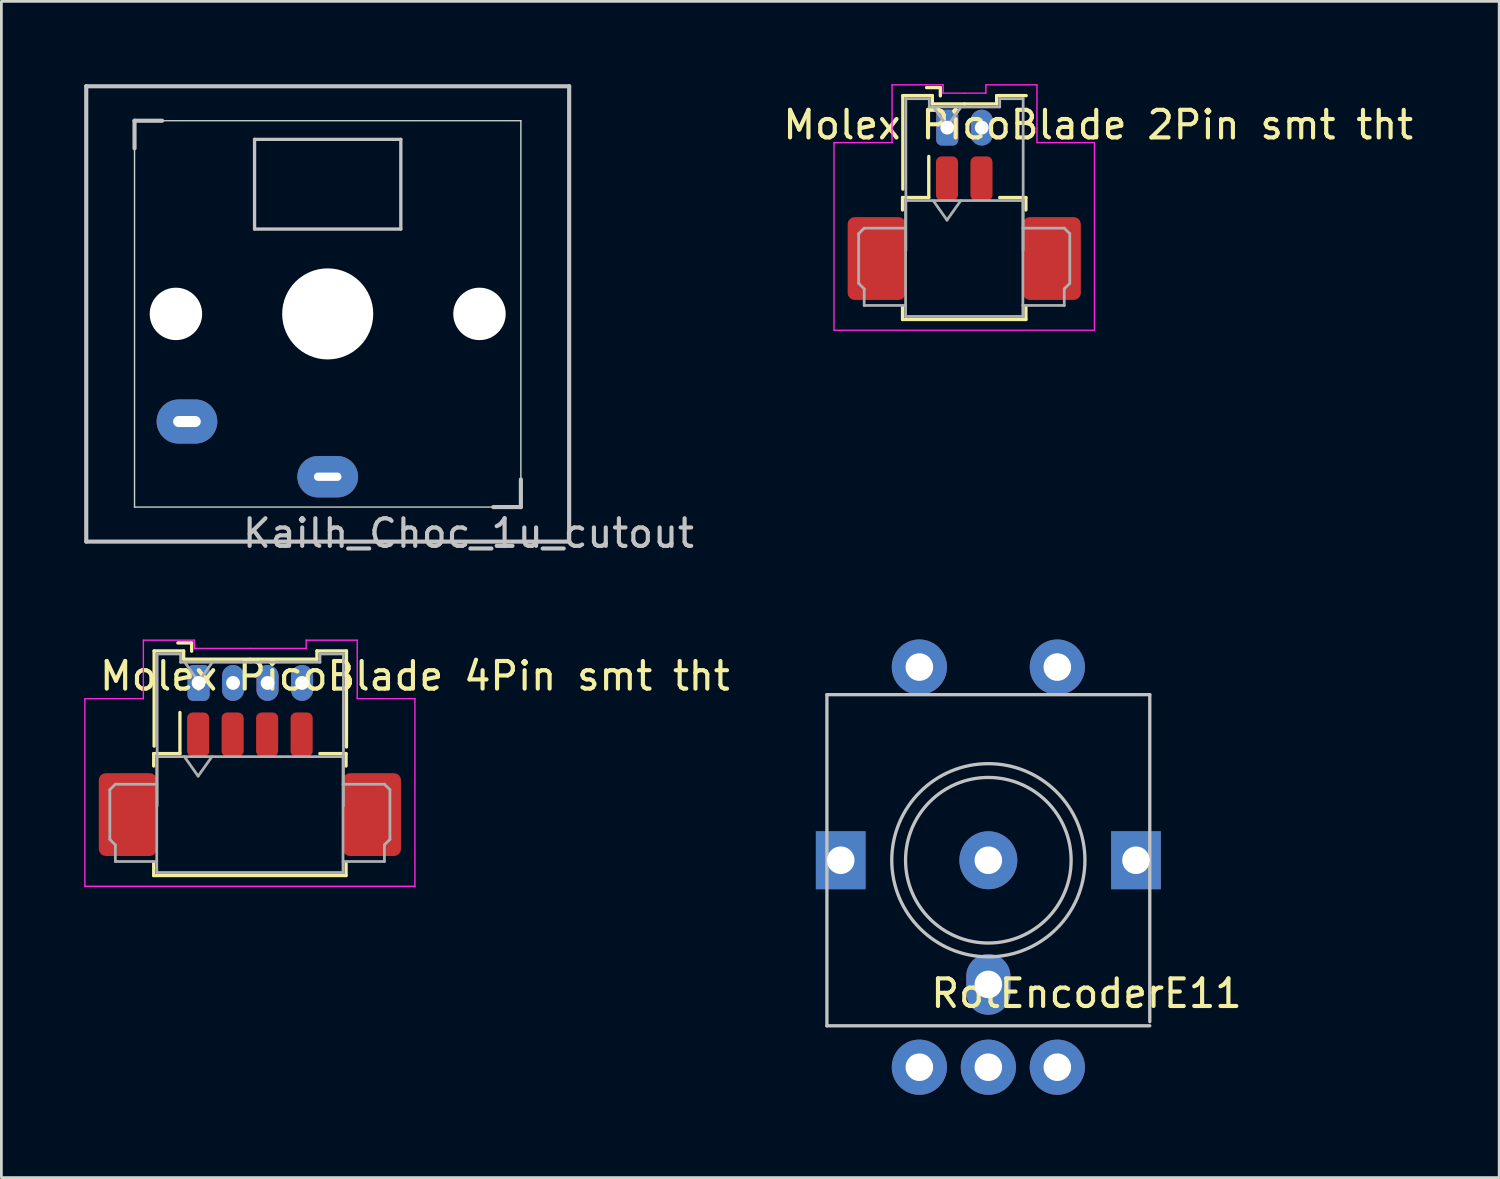
<source format=kicad_pcb>
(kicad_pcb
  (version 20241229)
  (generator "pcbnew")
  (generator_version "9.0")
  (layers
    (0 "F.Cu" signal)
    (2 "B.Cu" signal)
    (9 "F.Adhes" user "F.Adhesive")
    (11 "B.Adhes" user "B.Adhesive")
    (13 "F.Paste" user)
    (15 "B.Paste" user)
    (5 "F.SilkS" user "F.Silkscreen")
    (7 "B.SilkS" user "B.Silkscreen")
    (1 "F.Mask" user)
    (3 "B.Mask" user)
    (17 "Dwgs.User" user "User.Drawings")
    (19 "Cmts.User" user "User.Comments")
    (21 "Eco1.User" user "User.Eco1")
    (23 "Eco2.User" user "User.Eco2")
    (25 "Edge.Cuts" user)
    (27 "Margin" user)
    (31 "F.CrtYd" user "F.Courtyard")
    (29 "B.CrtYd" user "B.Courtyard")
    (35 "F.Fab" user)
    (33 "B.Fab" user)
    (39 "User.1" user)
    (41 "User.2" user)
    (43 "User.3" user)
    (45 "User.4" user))
  (footprint "Kailh_Choc_1u_cutout"
    (layer "F.Cu")
    (at 8.825 8.325)
    (property "Reference" "Kailh_Choc_1u_cutout" (at 5.1 7.95 180) (layer "Dwgs.User") (effects (font (size 1 1) (thickness 0.15))))
    (fp_line (start -8.75 -8.25) (end 8.75 -8.25) (stroke (width 0.15) (type solid)) (layer "Dwgs.User"))
    (fp_line (start -8.75 8.25) (end -8.75 -8.25) (stroke (width 0.15) (type solid)) (layer "Dwgs.User"))
    (fp_line (start -7 -7) (end -6 -7) (stroke (width 0.15) (type solid)) (layer "Dwgs.User"))
    (fp_line (start -7 -6) (end -7 -7) (stroke (width 0.15) (type solid)) (layer "Dwgs.User"))
    (fp_line (start -2.65 -6.325) (end 2.65 -6.325) (stroke (width 0.12) (type solid)) (layer "Dwgs.User"))
    (fp_line (start -2.65 -3.075) (end -2.65 -6.325) (stroke (width 0.12) (type solid)) (layer "Dwgs.User"))
    (fp_line (start 2.65 -6.325) (end 2.65 -3.075) (stroke (width 0.12) (type solid)) (layer "Dwgs.User"))
    (fp_line (start 2.65 -3.075) (end -2.65 -3.075) (stroke (width 0.12) (type solid)) (layer "Dwgs.User"))
    (fp_line (start 6 7) (end 7 7) (stroke (width 0.15) (type solid)) (layer "Dwgs.User"))
    (fp_line (start 7 7) (end 7 6) (stroke (width 0.15) (type solid)) (layer "Dwgs.User"))
    (fp_line (start 8.75 -8.25) (end 8.75 8.25) (stroke (width 0.15) (type solid)) (layer "Dwgs.User"))
    (fp_line (start 8.75 8.25) (end -8.75 8.25) (stroke (width 0.15) (type solid)) (layer "Dwgs.User"))
    (fp_line (start -7 -7) (end 7 -7) (stroke (width 0.05) (type solid)) (layer "Edge.Cuts"))
    (fp_line (start -7 7) (end -7 -7) (stroke (width 0.05) (type solid)) (layer "Edge.Cuts"))
    (fp_line (start 7 -7) (end 7 7) (stroke (width 0.05) (type solid)) (layer "Edge.Cuts"))
    (fp_line (start 7 7) (end -7 7) (stroke (width 0.05) (type solid)) (layer "Edge.Cuts"))
    (pad "" np_thru_hole circle (at -5.5 0 90) (size 1.9 1.9) (drill 1.9) (layers "*.Cu" "*.Mask"))
    (pad "" np_thru_hole circle (at 0 0 90) (size 3.3 3.3) (drill 3.3) (layers "*.Cu" "*.Mask"))
    (pad "" np_thru_hole circle (at 5.5 0 90) (size 1.9 1.9) (drill 1.9) (layers "*.Cu" "*.Mask"))
    (pad "1" thru_hole oval (at -5.1 3.9) (size 2.2 1.6) (drill oval 1 0.4) (layers "*.Cu" "B.Mask"))
    (pad "2" thru_hole oval (at 0 5.9) (size 2.2 1.5) (drill oval 1 0.3) (layers "*.Cu" "B.Mask")))
  (footprint "RotEncoderE11"
    (layer "F.Cu")
    (at 32.765 28.123)
    (property "Reference" "RotEncoderE11" (at 3.556 4.826 0) (layer "F.SilkS") (effects (font (size 1 1) (thickness 0.15))))
    (attr through_hole)
    (fp_line (start -5.85 -6) (end -5.85 6) (stroke (width 0.12) (type solid)) (layer "Dwgs.User"))
    (fp_line (start -5.85 -6) (end 5.85 -6) (stroke (width 0.12) (type solid)) (layer "Dwgs.User"))
    (fp_line (start -5.85 6) (end 5.85 6) (stroke (width 0.12) (type solid)) (layer "Dwgs.User"))
    (fp_line (start 5.85 -6) (end 5.85 5.85) (stroke (width 0.12) (type solid)) (layer "Dwgs.User"))
    (fp_circle (center 0 0) (end 3 0) (stroke (width 0.12) (type solid)) (fill no) (layer "Dwgs.User"))
    (fp_circle (center 0 0) (end 3.5 0) (stroke (width 0.12) (type solid)) (fill no) (layer "Dwgs.User"))
    (pad "" np_thru_hole rect (at -5.35 0) (size 1.8 2.1) (drill 1) (layers "*.Cu" "*.Mask"))
    (pad "" np_thru_hole circle (at 0 0) (size 2.1 2.1) (drill 1) (layers "*.Cu" "*.Mask"))
    (pad "" np_thru_hole oval (at 0 4.5) (size 1.6 2.2) (drill 1) (layers "*.Cu" "*.Mask"))
    (pad "" np_thru_hole rect (at 5.35 0) (size 1.8 2.1) (drill 1) (layers "*.Cu" "*.Mask"))
    (pad "A" thru_hole circle (at -2.5 7.5) (size 2 2) (drill 1) (layers "*.Cu" "*.Mask"))
    (pad "B" thru_hole circle (at 2.5 7.5) (size 2 2) (drill 1) (layers "*.Cu" "*.Mask"))
    (pad "C" thru_hole circle (at 0 7.5) (size 2 2) (drill 1) (layers "*.Cu" "*.Mask"))
    (pad "S1" thru_hole circle (at -2.5 -7) (size 2 2) (drill 1) (layers "*.Cu" "*.Mask"))
    (pad "S2" thru_hole circle (at 2.5 -7) (size 2 2) (drill 1) (layers "*.Cu" "*.Mask")))
  (footprint "Molex PicoBlade 2Pin smt tht"
    (layer "F.Cu")
    (at 31.886 6.335)
    (property "Reference" "Molex PicoBlade 2Pin smt tht" (at 4.86 -4.86 0) (unlocked yes) (layer "F.SilkS") (effects (font (size 1 1) (thickness 0.15))))
    (fp_line (start -2.23 -2.227) (end -1.28 -2.227) (stroke (width 0.12) (type solid)) (layer "F.SilkS"))
    (fp_line (start -2.23 -1.777) (end -2.23 -2.227) (stroke (width 0.12) (type solid)) (layer "F.SilkS"))
    (fp_line (start -2.23 1.743) (end -2.23 2.193) (stroke (width 0.12) (type solid)) (layer "F.SilkS"))
    (fp_line (start -2.23 2.193) (end 2.24 2.193) (stroke (width 0.12) (type solid)) (layer "F.SilkS"))
    (fp_line (start -2.22 -5.92) (end -2.22 -2.53) (stroke (width 0.12) (type solid)) (layer "F.SilkS"))
    (fp_line (start -1.28 -2.227) (end -1.28 -3.717) (stroke (width 0.12) (type solid)) (layer "F.SilkS"))
    (fp_line (start -1.15 -5.92) (end -2.22 -5.92) (stroke (width 0.12) (type solid)) (layer "F.SilkS"))
    (fp_line (start -1.15 -5.62) (end -1.15 -5.92) (stroke (width 0.12) (type solid)) (layer "F.SilkS"))
    (fp_line (start -0.86 -6.21) (end -1.36 -6.21) (stroke (width 0.12) (type solid)) (layer "F.SilkS"))
    (fp_line (start -0.86 -5.91) (end -0.86 -6.21) (stroke (width 0.12) (type solid)) (layer "F.SilkS"))
    (fp_line (start 0.015 -5.62) (end -1.15 -5.62) (stroke (width 0.12) (type solid)) (layer "F.SilkS"))
    (fp_line (start 0.015 -5.62) (end 1.18 -5.62) (stroke (width 0.12) (type solid)) (layer "F.SilkS"))
    (fp_line (start 1.18 -5.92) (end 2.25 -5.92) (stroke (width 0.12) (type solid)) (layer "F.SilkS"))
    (fp_line (start 1.18 -5.62) (end 1.18 -5.92) (stroke (width 0.12) (type solid)) (layer "F.SilkS"))
    (fp_line (start 2.24 -2.227) (end 1.29 -2.227) (stroke (width 0.12) (type solid)) (layer "F.SilkS"))
    (fp_line (start 2.24 -1.777) (end 2.24 -2.227) (stroke (width 0.12) (type solid)) (layer "F.SilkS"))
    (fp_line (start 2.24 2.193) (end 2.24 1.743) (stroke (width 0.12) (type solid)) (layer "F.SilkS"))
    (fp_line (start -4.715 -4.217) (end -4.715 2.583) (stroke (width 0.05) (type solid)) (layer "F.CrtYd"))
    (fp_line (start -4.715 2.583) (end 4.725 2.583) (stroke (width 0.05) (type solid)) (layer "F.CrtYd"))
    (fp_line (start -2.61 -6.31) (end -2.61 -4.217) (stroke (width 0.05) (type solid)) (layer "F.CrtYd"))
    (fp_line (start -2.61 -4.217) (end -4.715 -4.217) (stroke (width 0.05) (type solid)) (layer "F.CrtYd"))
    (fp_line (start -0.76 -6.31) (end -2.61 -6.31) (stroke (width 0.05) (type solid)) (layer "F.CrtYd"))
    (fp_line (start -0.76 -6.01) (end -0.76 -6.31) (stroke (width 0.05) (type solid)) (layer "F.CrtYd"))
    (fp_line (start 0.01 -6.01) (end -0.76 -6.01) (stroke (width 0.05) (type solid)) (layer "F.CrtYd"))
    (fp_line (start 0.02 -6.01) (end 0.79 -6.01) (stroke (width 0.05) (type solid)) (layer "F.CrtYd"))
    (fp_line (start 0.79 -6.31) (end 2.64 -6.31) (stroke (width 0.05) (type solid)) (layer "F.CrtYd"))
    (fp_line (start 0.79 -6.01) (end 0.79 -6.31) (stroke (width 0.05) (type solid)) (layer "F.CrtYd"))
    (fp_line (start 2.64 -6.31) (end 2.64 -4.217) (stroke (width 0.05) (type solid)) (layer "F.CrtYd"))
    (fp_line (start 2.65 -4.217) (end 4.725 -4.217) (stroke (width 0.05) (type solid)) (layer "F.CrtYd"))
    (fp_line (start 4.725 2.583) (end 4.725 -4.217) (stroke (width 0.05) (type solid)) (layer "F.CrtYd"))
    (fp_line (start -3.82 -0.917) (end -3.82 0.883) (stroke (width 0.1) (type solid)) (layer "F.Fab"))
    (fp_line (start -3.82 0.883) (end -3.62 1.083) (stroke (width 0.1) (type solid)) (layer "F.Fab"))
    (fp_line (start -3.62 -1.117) (end -3.82 -0.917) (stroke (width 0.1) (type solid)) (layer "F.Fab"))
    (fp_line (start -3.62 1.083) (end -3.62 1.683) (stroke (width 0.1) (type solid)) (layer "F.Fab"))
    (fp_line (start -3.62 1.683) (end -2.12 1.683) (stroke (width 0.1) (type solid)) (layer "F.Fab"))
    (fp_line (start -2.12 -2.117) (end -2.12 2.083) (stroke (width 0.1) (type solid)) (layer "F.Fab"))
    (fp_line (start -2.12 -2.117) (end 2.13 -2.117) (stroke (width 0.1) (type solid)) (layer "F.Fab"))
    (fp_line (start -2.12 -1.117) (end -3.62 -1.117) (stroke (width 0.1) (type solid)) (layer "F.Fab"))
    (fp_line (start -2.12 2.083) (end 2.13 2.083) (stroke (width 0.1) (type solid)) (layer "F.Fab"))
    (fp_line (start -2.11 -5.81) (end -2.11 -0.31) (stroke (width 0.1) (type solid)) (layer "F.Fab"))
    (fp_line (start -1.26 -5.81) (end -2.11 -5.81) (stroke (width 0.1) (type solid)) (layer "F.Fab"))
    (fp_line (start -1.26 -5.51) (end -1.26 -5.81) (stroke (width 0.1) (type solid)) (layer "F.Fab"))
    (fp_line (start -1.12 -2.117) (end -0.62 -1.41) (stroke (width 0.1) (type solid)) (layer "F.Fab"))
    (fp_line (start -1.11 -5.51) (end -0.61 -4.803) (stroke (width 0.1) (type solid)) (layer "F.Fab"))
    (fp_line (start -0.62 -1.41) (end -0.12 -2.117) (stroke (width 0.1) (type solid)) (layer "F.Fab"))
    (fp_line (start -0.61 -4.803) (end -0.11 -5.51) (stroke (width 0.1) (type solid)) (layer "F.Fab"))
    (fp_line (start 0.015 -5.51) (end -1.26 -5.51) (stroke (width 0.1) (type solid)) (layer "F.Fab"))
    (fp_line (start 0.015 -5.51) (end 1.29 -5.51) (stroke (width 0.1) (type solid)) (layer "F.Fab"))
    (fp_line (start 1.29 -5.81) (end 2.14 -5.81) (stroke (width 0.1) (type solid)) (layer "F.Fab"))
    (fp_line (start 1.29 -5.51) (end 1.29 -5.81) (stroke (width 0.1) (type solid)) (layer "F.Fab"))
    (fp_line (start 2.13 -2.117) (end 2.13 2.083) (stroke (width 0.1) (type solid)) (layer "F.Fab"))
    (fp_line (start 2.13 -1.117) (end 3.63 -1.117) (stroke (width 0.1) (type solid)) (layer "F.Fab"))
    (fp_line (start 2.14 -5.81) (end 2.14 -0.31) (stroke (width 0.1) (type solid)) (layer "F.Fab"))
    (fp_line (start 3.63 -1.117) (end 3.83 -0.917) (stroke (width 0.1) (type solid)) (layer "F.Fab"))
    (fp_line (start 3.63 1.083) (end 3.63 1.683) (stroke (width 0.1) (type solid)) (layer "F.Fab"))
    (fp_line (start 3.63 1.683) (end 2.13 1.683) (stroke (width 0.1) (type solid)) (layer "F.Fab"))
    (fp_line (start 3.83 -0.917) (end 3.83 0.883) (stroke (width 0.1) (type solid)) (layer "F.Fab"))
    (fp_line (start 3.83 0.883) (end 3.63 1.083) (stroke (width 0.1) (type solid)) (layer "F.Fab"))
    (pad "1" smd roundrect (at -0.62 -2.917) (size 0.8 1.6) (layers "F.Cu" "F.Mask" "F.Paste") (roundrect_rratio 0.25))
    (pad "1" thru_hole roundrect (at -0.61 -4.76) (size 0.8 1.3) (drill 0.5) (layers "*.Cu" "*.Mask") (roundrect_rratio 0.25))
    (pad "2" smd roundrect (at 0.63 -2.917) (size 0.8 1.6) (layers "F.Cu" "F.Mask" "F.Paste") (roundrect_rratio 0.25))
    (pad "2" thru_hole oval (at 0.64 -4.76) (size 0.8 1.3) (drill 0.5) (layers "*.Cu" "*.Mask"))
    (pad "MP" smd roundrect (at -3.17 -0.017) (size 2.1 3) (layers "F.Cu" "F.Mask" "F.Paste") (roundrect_rratio 0.119))
    (pad "MP" smd roundrect (at 3.18 -0.017) (size 2.1 3) (layers "F.Cu" "F.Mask" "F.Paste") (roundrect_rratio 0.119)))
  (footprint "Molex PicoBlade 4Pin smt tht"
    (layer "F.Cu")
    (at 6.015 26.658)
    (property "Reference" "Molex PicoBlade 4Pin smt tht" (at 5.97 -5.21 0) (unlocked yes) (layer "F.SilkS") (effects (font (size 1 1) (thickness 0.15))))
    (fp_line (start -3.495 -2.4) (end -2.545 -2.4) (stroke (width 0.12) (type solid)) (layer "F.SilkS"))
    (fp_line (start -3.495 -1.95) (end -3.495 -2.4) (stroke (width 0.12) (type solid)) (layer "F.SilkS"))
    (fp_line (start -3.495 1.57) (end -3.495 2.02) (stroke (width 0.12) (type solid)) (layer "F.SilkS"))
    (fp_line (start -3.495 2.02) (end 3.475 2.02) (stroke (width 0.12) (type solid)) (layer "F.SilkS"))
    (fp_line (start -3.48 -6.12) (end -3.48 -2.67) (stroke (width 0.12) (type solid)) (layer "F.SilkS"))
    (fp_line (start -2.545 -2.4) (end -2.545 -3.89) (stroke (width 0.12) (type solid)) (layer "F.SilkS"))
    (fp_line (start -2.41 -6.12) (end -3.48 -6.12) (stroke (width 0.12) (type solid)) (layer "F.SilkS"))
    (fp_line (start -2.41 -5.82) (end -2.41 -6.12) (stroke (width 0.12) (type solid)) (layer "F.SilkS"))
    (fp_line (start -2.12 -6.41) (end -2.62 -6.41) (stroke (width 0.12) (type solid)) (layer "F.SilkS"))
    (fp_line (start -2.12 -6.11) (end -2.12 -6.41) (stroke (width 0.12) (type solid)) (layer "F.SilkS"))
    (fp_line (start 0.005 -5.82) (end -2.41 -5.82) (stroke (width 0.12) (type solid)) (layer "F.SilkS"))
    (fp_line (start 0.005 -5.82) (end 2.42 -5.82) (stroke (width 0.12) (type solid)) (layer "F.SilkS"))
    (fp_line (start 2.42 -6.12) (end 3.49 -6.12) (stroke (width 0.12) (type solid)) (layer "F.SilkS"))
    (fp_line (start 2.42 -5.82) (end 2.42 -6.12) (stroke (width 0.12) (type solid)) (layer "F.SilkS"))
    (fp_line (start 3.475 -2.4) (end 2.525 -2.4) (stroke (width 0.12) (type solid)) (layer "F.SilkS"))
    (fp_line (start 3.475 -1.95) (end 3.475 -2.4) (stroke (width 0.12) (type solid)) (layer "F.SilkS"))
    (fp_line (start 3.475 2.02) (end 3.475 1.57) (stroke (width 0.12) (type solid)) (layer "F.SilkS"))
    (fp_line (start 3.49 -6.12) (end 3.49 -2.64) (stroke (width 0.12) (type solid)) (layer "F.SilkS"))
    (fp_line (start -5.99 -4.39) (end -5.99 2.41) (stroke (width 0.05) (type solid)) (layer "F.CrtYd"))
    (fp_line (start -5.99 2.41) (end 5.97 2.41) (stroke (width 0.05) (type solid)) (layer "F.CrtYd"))
    (fp_line (start -3.87 -6.51) (end -3.87 -4.39) (stroke (width 0.05) (type solid)) (layer "F.CrtYd"))
    (fp_line (start -3.87 -4.39) (end -5.99 -4.39) (stroke (width 0.05) (type solid)) (layer "F.CrtYd"))
    (fp_line (start -2.02 -6.51) (end -3.87 -6.51) (stroke (width 0.05) (type solid)) (layer "F.CrtYd"))
    (fp_line (start -2.02 -6.21) (end -2.02 -6.51) (stroke (width 0.05) (type solid)) (layer "F.CrtYd"))
    (fp_line (start 0 -6.21) (end 2.03 -6.21) (stroke (width 0.05) (type solid)) (layer "F.CrtYd"))
    (fp_line (start 0.01 -6.21) (end -2.02 -6.21) (stroke (width 0.05) (type solid)) (layer "F.CrtYd"))
    (fp_line (start 2.03 -6.51) (end 3.88 -6.51) (stroke (width 0.05) (type solid)) (layer "F.CrtYd"))
    (fp_line (start 2.03 -6.21) (end 2.03 -6.51) (stroke (width 0.05) (type solid)) (layer "F.CrtYd"))
    (fp_line (start 3.88 -6.51) (end 3.88 -4.39) (stroke (width 0.05) (type solid)) (layer "F.CrtYd"))
    (fp_line (start 3.88 -4.39) (end 5.97 -4.39) (stroke (width 0.05) (type solid)) (layer "F.CrtYd"))
    (fp_line (start 5.97 2.41) (end 5.97 -4.39) (stroke (width 0.05) (type solid)) (layer "F.CrtYd"))
    (fp_line (start -5.085 -1.09) (end -5.085 0.71) (stroke (width 0.1) (type solid)) (layer "F.Fab"))
    (fp_line (start -5.085 0.71) (end -4.885 0.91) (stroke (width 0.1) (type solid)) (layer "F.Fab"))
    (fp_line (start -4.885 -1.29) (end -5.085 -1.09) (stroke (width 0.1) (type solid)) (layer "F.Fab"))
    (fp_line (start -4.885 0.91) (end -4.885 1.51) (stroke (width 0.1) (type solid)) (layer "F.Fab"))
    (fp_line (start -4.885 1.51) (end -3.385 1.51) (stroke (width 0.1) (type solid)) (layer "F.Fab"))
    (fp_line (start -3.385 -2.29) (end -3.385 1.91) (stroke (width 0.1) (type solid)) (layer "F.Fab"))
    (fp_line (start -3.385 -2.29) (end 3.365 -2.29) (stroke (width 0.1) (type solid)) (layer "F.Fab"))
    (fp_line (start -3.385 -1.29) (end -4.885 -1.29) (stroke (width 0.1) (type solid)) (layer "F.Fab"))
    (fp_line (start -3.385 1.91) (end 3.365 1.91) (stroke (width 0.1) (type solid)) (layer "F.Fab"))
    (fp_line (start -3.37 -6.01) (end -3.37 -0.51) (stroke (width 0.1) (type solid)) (layer "F.Fab"))
    (fp_line (start -2.52 -6.01) (end -3.37 -6.01) (stroke (width 0.1) (type solid)) (layer "F.Fab"))
    (fp_line (start -2.52 -5.71) (end -2.52 -6.01) (stroke (width 0.1) (type solid)) (layer "F.Fab"))
    (fp_line (start -2.385 -2.29) (end -1.885 -1.583) (stroke (width 0.1) (type solid)) (layer "F.Fab"))
    (fp_line (start -2.37 -5.71) (end -1.87 -5.003) (stroke (width 0.1) (type solid)) (layer "F.Fab"))
    (fp_line (start -1.885 -1.583) (end -1.385 -2.29) (stroke (width 0.1) (type solid)) (layer "F.Fab"))
    (fp_line (start -1.87 -5.003) (end -1.37 -5.71) (stroke (width 0.1) (type solid)) (layer "F.Fab"))
    (fp_line (start 0.005 -5.71) (end -2.52 -5.71) (stroke (width 0.1) (type solid)) (layer "F.Fab"))
    (fp_line (start 0.005 -5.71) (end 2.53 -5.71) (stroke (width 0.1) (type solid)) (layer "F.Fab"))
    (fp_line (start 2.53 -6.01) (end 3.38 -6.01) (stroke (width 0.1) (type solid)) (layer "F.Fab"))
    (fp_line (start 2.53 -5.71) (end 2.53 -6.01) (stroke (width 0.1) (type solid)) (layer "F.Fab"))
    (fp_line (start 3.365 -2.29) (end 3.365 1.91) (stroke (width 0.1) (type solid)) (layer "F.Fab"))
    (fp_line (start 3.365 -1.29) (end 4.865 -1.29) (stroke (width 0.1) (type solid)) (layer "F.Fab"))
    (fp_line (start 3.38 -6.01) (end 3.38 -0.51) (stroke (width 0.1) (type solid)) (layer "F.Fab"))
    (fp_line (start 4.865 -1.29) (end 5.065 -1.09) (stroke (width 0.1) (type solid)) (layer "F.Fab"))
    (fp_line (start 4.865 0.91) (end 4.865 1.51) (stroke (width 0.1) (type solid)) (layer "F.Fab"))
    (fp_line (start 4.865 1.51) (end 3.365 1.51) (stroke (width 0.1) (type solid)) (layer "F.Fab"))
    (fp_line (start 5.065 -1.09) (end 5.065 0.71) (stroke (width 0.1) (type solid)) (layer "F.Fab"))
    (fp_line (start 5.065 0.71) (end 4.865 0.91) (stroke (width 0.1) (type solid)) (layer "F.Fab"))
    (pad "1" smd roundrect (at -1.885 -3.09) (size 0.8 1.6) (layers "F.Cu" "F.Mask" "F.Paste") (roundrect_rratio 0.25))
    (pad "1" thru_hole roundrect (at -1.87 -4.96) (size 0.8 1.3) (drill 0.5) (layers "*.Cu" "*.Mask") (roundrect_rratio 0.25))
    (pad "2" smd roundrect (at -0.635 -3.09) (size 0.8 1.6) (layers "F.Cu" "F.Mask" "F.Paste") (roundrect_rratio 0.25))
    (pad "2" thru_hole oval (at -0.62 -4.96) (size 0.8 1.3) (drill 0.5) (layers "*.Cu" "*.Mask"))
    (pad "3" smd roundrect (at 0.615 -3.09) (size 0.8 1.6) (layers "F.Cu" "F.Mask" "F.Paste") (roundrect_rratio 0.25))
    (pad "3" thru_hole oval (at 0.63 -4.96) (size 0.8 1.3) (drill 0.5) (layers "*.Cu" "*.Mask"))
    (pad "4" smd roundrect (at 1.865 -3.09) (size 0.8 1.6) (layers "F.Cu" "F.Mask" "F.Paste") (roundrect_rratio 0.25))
    (pad "4" thru_hole oval (at 1.88 -4.96) (size 0.8 1.3) (drill 0.5) (layers "*.Cu" "*.Mask"))
    (pad "MP" smd roundrect (at -4.435 -0.19) (size 2.1 3) (layers "F.Cu" "F.Mask" "F.Paste") (roundrect_rratio 0.119))
    (pad "MP" smd roundrect (at 4.415 -0.19) (size 2.1 3) (layers "F.Cu" "F.Mask" "F.Paste") (roundrect_rratio 0.119)))
  (gr_rect
    (start -3 -3)
    (end 51.276 39.623)
    (stroke (width 0.1) (type default))
    (fill no)
    (layer "Edge.Cuts")))
</source>
